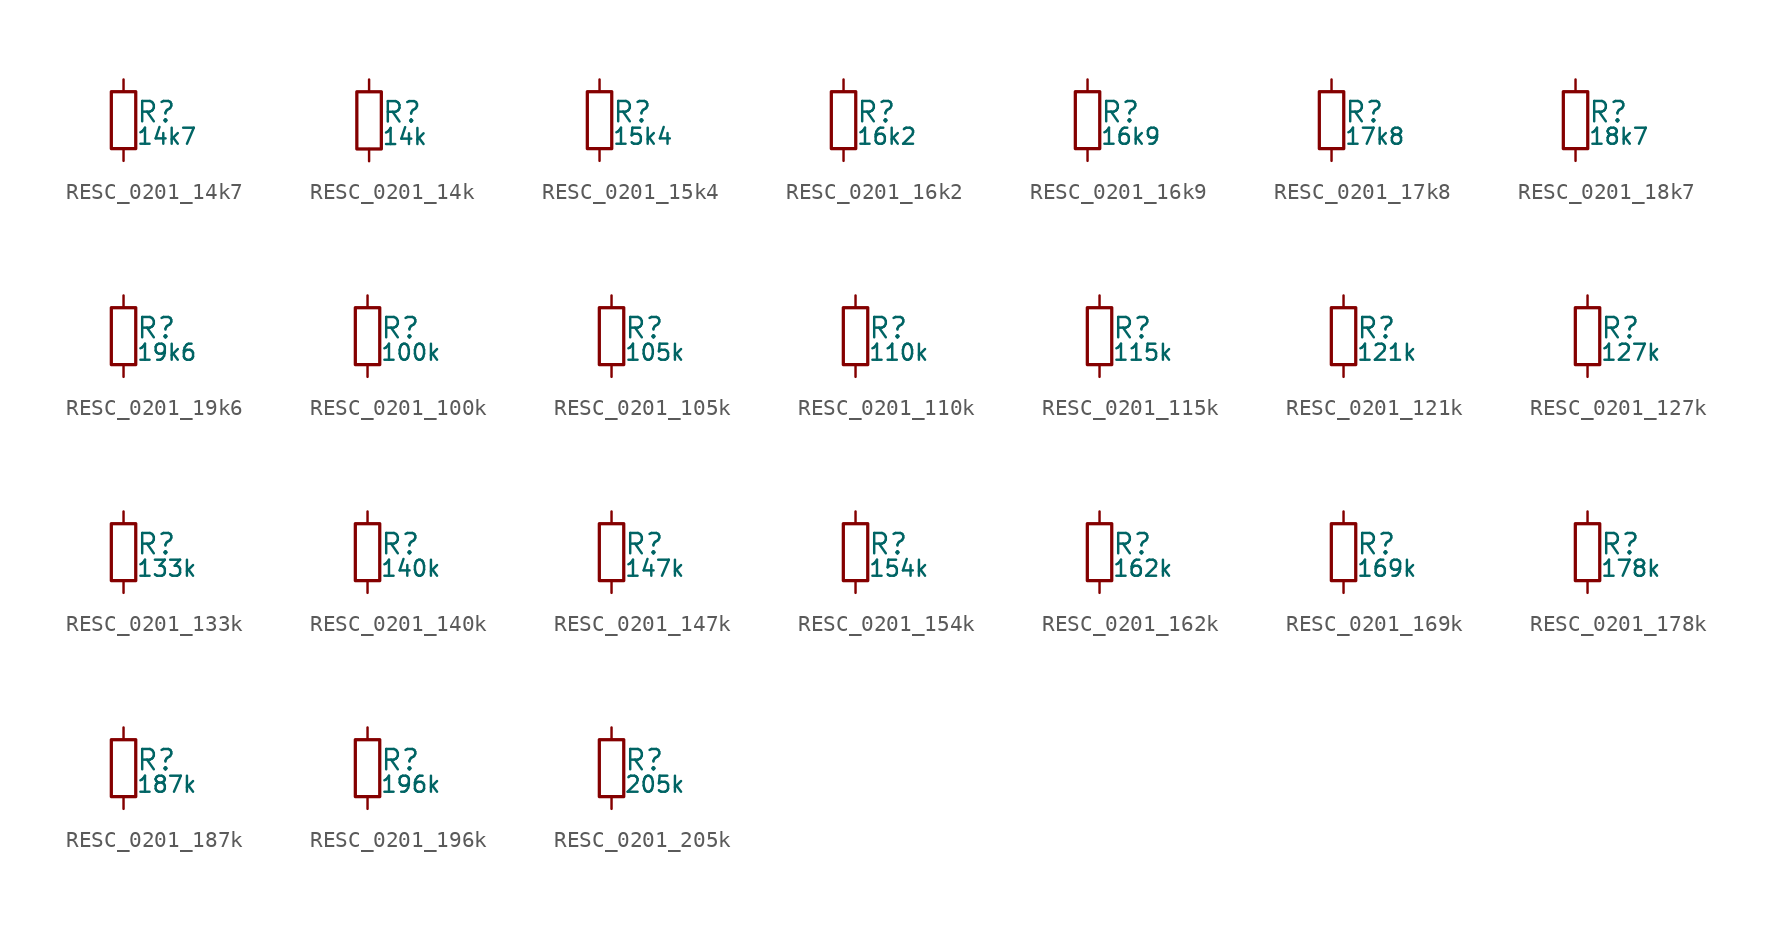
<source format=kicad_sym>
(kicad_symbol_lib
  (version 20211014)
  (generator kicad_LibGenerator)
  (symbol "RESC_0201_14k7"
    (pin_numbers hide)
    (pin_names
      (offset 0.254) hide)
    (property "Reference" "R"
      (at 0.762 0.508 0)
      (effects (font (size 1.27 1.27)) (justify left)))
    (property "Value" "14k7"
      (at 0.762 -1.016 0)
      (effects (font (size 1.00 1.00)) (justify left)))
    (symbol "RESC_0201_14k7_0_1"
      (rectangle (start -0.762 1.778) (end 0.762 -1.778) (stroke (width 0.203) (type default) (color 0 0 0 0)) (fill (type none))))
    (symbol "RESC_0201_14k7_1_1"
      (pin passive line (at 0 2.54 270) (length 0.762) (name "~" (effects (font (size 1.27 1.27)))) (number "1" (effects (font (size 1.27 1.27)))))
      (pin passive line (at 0 -2.54 90) (length 0.762) (name "~" (effects (font (size 1.27 1.27)))) (number "2" (effects (font (size 1.27 1.27)))))))
  (symbol "RESC_0201_14k"
    (pin_numbers hide)
    (pin_names
      (offset 0.254) hide)
    (property "Reference" "R"
      (at 0.762 0.508 0)
      (effects (font (size 1.27 1.27)) (justify left)))
    (property "Value" "14k"
      (at 0.762 -1.016 0)
      (effects (font (size 1.00 1.00)) (justify left)))
    (symbol "RESC_0201_14k_0_1"
      (rectangle (start -0.762 1.778) (end 0.762 -1.778) (stroke (width 0.203) (type default) (color 0 0 0 0)) (fill (type none))))
    (symbol "RESC_0201_14k_1_1"
      (pin passive line (at 0 2.54 270) (length 0.762) (name "~" (effects (font (size 1.27 1.27)))) (number "1" (effects (font (size 1.27 1.27)))))
      (pin passive line (at 0 -2.54 90) (length 0.762) (name "~" (effects (font (size 1.27 1.27)))) (number "2" (effects (font (size 1.27 1.27)))))))
  (symbol "RESC_0201_15k4"
    (pin_numbers hide)
    (pin_names
      (offset 0.254) hide)
    (property "Reference" "R"
      (at 0.762 0.508 0)
      (effects (font (size 1.27 1.27)) (justify left)))
    (property "Value" "15k4"
      (at 0.762 -1.016 0)
      (effects (font (size 1.00 1.00)) (justify left)))
    (symbol "RESC_0201_15k4_0_1"
      (rectangle (start -0.762 1.778) (end 0.762 -1.778) (stroke (width 0.203) (type default) (color 0 0 0 0)) (fill (type none))))
    (symbol "RESC_0201_15k4_1_1"
      (pin passive line (at 0 2.54 270) (length 0.762) (name "~" (effects (font (size 1.27 1.27)))) (number "1" (effects (font (size 1.27 1.27)))))
      (pin passive line (at 0 -2.54 90) (length 0.762) (name "~" (effects (font (size 1.27 1.27)))) (number "2" (effects (font (size 1.27 1.27)))))))
  (symbol "RESC_0201_16k2"
    (pin_numbers hide)
    (pin_names
      (offset 0.254) hide)
    (property "Reference" "R"
      (at 0.762 0.508 0)
      (effects (font (size 1.27 1.27)) (justify left)))
    (property "Value" "16k2"
      (at 0.762 -1.016 0)
      (effects (font (size 1.00 1.00)) (justify left)))
    (symbol "RESC_0201_16k2_0_1"
      (rectangle (start -0.762 1.778) (end 0.762 -1.778) (stroke (width 0.203) (type default) (color 0 0 0 0)) (fill (type none))))
    (symbol "RESC_0201_16k2_1_1"
      (pin passive line (at 0 2.54 270) (length 0.762) (name "~" (effects (font (size 1.27 1.27)))) (number "1" (effects (font (size 1.27 1.27)))))
      (pin passive line (at 0 -2.54 90) (length 0.762) (name "~" (effects (font (size 1.27 1.27)))) (number "2" (effects (font (size 1.27 1.27)))))))
  (symbol "RESC_0201_16k9"
    (pin_numbers hide)
    (pin_names
      (offset 0.254) hide)
    (property "Reference" "R"
      (at 0.762 0.508 0)
      (effects (font (size 1.27 1.27)) (justify left)))
    (property "Value" "16k9"
      (at 0.762 -1.016 0)
      (effects (font (size 1.00 1.00)) (justify left)))
    (symbol "RESC_0201_16k9_0_1"
      (rectangle (start -0.762 1.778) (end 0.762 -1.778) (stroke (width 0.203) (type default) (color 0 0 0 0)) (fill (type none))))
    (symbol "RESC_0201_16k9_1_1"
      (pin passive line (at 0 2.54 270) (length 0.762) (name "~" (effects (font (size 1.27 1.27)))) (number "1" (effects (font (size 1.27 1.27)))))
      (pin passive line (at 0 -2.54 90) (length 0.762) (name "~" (effects (font (size 1.27 1.27)))) (number "2" (effects (font (size 1.27 1.27)))))))
  (symbol "RESC_0201_17k8"
    (pin_numbers hide)
    (pin_names
      (offset 0.254) hide)
    (property "Reference" "R"
      (at 0.762 0.508 0)
      (effects (font (size 1.27 1.27)) (justify left)))
    (property "Value" "17k8"
      (at 0.762 -1.016 0)
      (effects (font (size 1.00 1.00)) (justify left)))
    (symbol "RESC_0201_17k8_0_1"
      (rectangle (start -0.762 1.778) (end 0.762 -1.778) (stroke (width 0.203) (type default) (color 0 0 0 0)) (fill (type none))))
    (symbol "RESC_0201_17k8_1_1"
      (pin passive line (at 0 2.54 270) (length 0.762) (name "~" (effects (font (size 1.27 1.27)))) (number "1" (effects (font (size 1.27 1.27)))))
      (pin passive line (at 0 -2.54 90) (length 0.762) (name "~" (effects (font (size 1.27 1.27)))) (number "2" (effects (font (size 1.27 1.27)))))))
  (symbol "RESC_0201_18k7"
    (pin_numbers hide)
    (pin_names
      (offset 0.254) hide)
    (property "Reference" "R"
      (at 0.762 0.508 0)
      (effects (font (size 1.27 1.27)) (justify left)))
    (property "Value" "18k7"
      (at 0.762 -1.016 0)
      (effects (font (size 1.00 1.00)) (justify left)))
    (symbol "RESC_0201_18k7_0_1"
      (rectangle (start -0.762 1.778) (end 0.762 -1.778) (stroke (width 0.203) (type default) (color 0 0 0 0)) (fill (type none))))
    (symbol "RESC_0201_18k7_1_1"
      (pin passive line (at 0 2.54 270) (length 0.762) (name "~" (effects (font (size 1.27 1.27)))) (number "1" (effects (font (size 1.27 1.27)))))
      (pin passive line (at 0 -2.54 90) (length 0.762) (name "~" (effects (font (size 1.27 1.27)))) (number "2" (effects (font (size 1.27 1.27)))))))
  (symbol "RESC_0201_19k6"
    (pin_numbers hide)
    (pin_names
      (offset 0.254) hide)
    (property "Reference" "R"
      (at 0.762 0.508 0)
      (effects (font (size 1.27 1.27)) (justify left)))
    (property "Value" "19k6"
      (at 0.762 -1.016 0)
      (effects (font (size 1.00 1.00)) (justify left)))
    (symbol "RESC_0201_19k6_0_1"
      (rectangle (start -0.762 1.778) (end 0.762 -1.778) (stroke (width 0.203) (type default) (color 0 0 0 0)) (fill (type none))))
    (symbol "RESC_0201_19k6_1_1"
      (pin passive line (at 0 2.54 270) (length 0.762) (name "~" (effects (font (size 1.27 1.27)))) (number "1" (effects (font (size 1.27 1.27)))))
      (pin passive line (at 0 -2.54 90) (length 0.762) (name "~" (effects (font (size 1.27 1.27)))) (number "2" (effects (font (size 1.27 1.27)))))))
  (symbol "RESC_0201_100k"
    (pin_numbers hide)
    (pin_names
      (offset 0.254) hide)
    (property "Reference" "R"
      (at 0.762 0.508 0)
      (effects (font (size 1.27 1.27)) (justify left)))
    (property "Value" "100k"
      (at 0.762 -1.016 0)
      (effects (font (size 1.00 1.00)) (justify left)))
    (symbol "RESC_0201_100k_0_1"
      (rectangle (start -0.762 1.778) (end 0.762 -1.778) (stroke (width 0.203) (type default) (color 0 0 0 0)) (fill (type none))))
    (symbol "RESC_0201_100k_1_1"
      (pin passive line (at 0 2.54 270) (length 0.762) (name "~" (effects (font (size 1.27 1.27)))) (number "1" (effects (font (size 1.27 1.27)))))
      (pin passive line (at 0 -2.54 90) (length 0.762) (name "~" (effects (font (size 1.27 1.27)))) (number "2" (effects (font (size 1.27 1.27)))))))
  (symbol "RESC_0201_105k"
    (pin_numbers hide)
    (pin_names
      (offset 0.254) hide)
    (property "Reference" "R"
      (at 0.762 0.508 0)
      (effects (font (size 1.27 1.27)) (justify left)))
    (property "Value" "105k"
      (at 0.762 -1.016 0)
      (effects (font (size 1.00 1.00)) (justify left)))
    (symbol "RESC_0201_105k_0_1"
      (rectangle (start -0.762 1.778) (end 0.762 -1.778) (stroke (width 0.203) (type default) (color 0 0 0 0)) (fill (type none))))
    (symbol "RESC_0201_105k_1_1"
      (pin passive line (at 0 2.54 270) (length 0.762) (name "~" (effects (font (size 1.27 1.27)))) (number "1" (effects (font (size 1.27 1.27)))))
      (pin passive line (at 0 -2.54 90) (length 0.762) (name "~" (effects (font (size 1.27 1.27)))) (number "2" (effects (font (size 1.27 1.27)))))))
  (symbol "RESC_0201_110k"
    (pin_numbers hide)
    (pin_names
      (offset 0.254) hide)
    (property "Reference" "R"
      (at 0.762 0.508 0)
      (effects (font (size 1.27 1.27)) (justify left)))
    (property "Value" "110k"
      (at 0.762 -1.016 0)
      (effects (font (size 1.00 1.00)) (justify left)))
    (symbol "RESC_0201_110k_0_1"
      (rectangle (start -0.762 1.778) (end 0.762 -1.778) (stroke (width 0.203) (type default) (color 0 0 0 0)) (fill (type none))))
    (symbol "RESC_0201_110k_1_1"
      (pin passive line (at 0 2.54 270) (length 0.762) (name "~" (effects (font (size 1.27 1.27)))) (number "1" (effects (font (size 1.27 1.27)))))
      (pin passive line (at 0 -2.54 90) (length 0.762) (name "~" (effects (font (size 1.27 1.27)))) (number "2" (effects (font (size 1.27 1.27)))))))
  (symbol "RESC_0201_115k"
    (pin_numbers hide)
    (pin_names
      (offset 0.254) hide)
    (property "Reference" "R"
      (at 0.762 0.508 0)
      (effects (font (size 1.27 1.27)) (justify left)))
    (property "Value" "115k"
      (at 0.762 -1.016 0)
      (effects (font (size 1.00 1.00)) (justify left)))
    (symbol "RESC_0201_115k_0_1"
      (rectangle (start -0.762 1.778) (end 0.762 -1.778) (stroke (width 0.203) (type default) (color 0 0 0 0)) (fill (type none))))
    (symbol "RESC_0201_115k_1_1"
      (pin passive line (at 0 2.54 270) (length 0.762) (name "~" (effects (font (size 1.27 1.27)))) (number "1" (effects (font (size 1.27 1.27)))))
      (pin passive line (at 0 -2.54 90) (length 0.762) (name "~" (effects (font (size 1.27 1.27)))) (number "2" (effects (font (size 1.27 1.27)))))))
  (symbol "RESC_0201_121k"
    (pin_numbers hide)
    (pin_names
      (offset 0.254) hide)
    (property "Reference" "R"
      (at 0.762 0.508 0)
      (effects (font (size 1.27 1.27)) (justify left)))
    (property "Value" "121k"
      (at 0.762 -1.016 0)
      (effects (font (size 1.00 1.00)) (justify left)))
    (symbol "RESC_0201_121k_0_1"
      (rectangle (start -0.762 1.778) (end 0.762 -1.778) (stroke (width 0.203) (type default) (color 0 0 0 0)) (fill (type none))))
    (symbol "RESC_0201_121k_1_1"
      (pin passive line (at 0 2.54 270) (length 0.762) (name "~" (effects (font (size 1.27 1.27)))) (number "1" (effects (font (size 1.27 1.27)))))
      (pin passive line (at 0 -2.54 90) (length 0.762) (name "~" (effects (font (size 1.27 1.27)))) (number "2" (effects (font (size 1.27 1.27)))))))
  (symbol "RESC_0201_127k"
    (pin_numbers hide)
    (pin_names
      (offset 0.254) hide)
    (property "Reference" "R"
      (at 0.762 0.508 0)
      (effects (font (size 1.27 1.27)) (justify left)))
    (property "Value" "127k"
      (at 0.762 -1.016 0)
      (effects (font (size 1.00 1.00)) (justify left)))
    (symbol "RESC_0201_127k_0_1"
      (rectangle (start -0.762 1.778) (end 0.762 -1.778) (stroke (width 0.203) (type default) (color 0 0 0 0)) (fill (type none))))
    (symbol "RESC_0201_127k_1_1"
      (pin passive line (at 0 2.54 270) (length 0.762) (name "~" (effects (font (size 1.27 1.27)))) (number "1" (effects (font (size 1.27 1.27)))))
      (pin passive line (at 0 -2.54 90) (length 0.762) (name "~" (effects (font (size 1.27 1.27)))) (number "2" (effects (font (size 1.27 1.27)))))))
  (symbol "RESC_0201_133k"
    (pin_numbers hide)
    (pin_names
      (offset 0.254) hide)
    (property "Reference" "R"
      (at 0.762 0.508 0)
      (effects (font (size 1.27 1.27)) (justify left)))
    (property "Value" "133k"
      (at 0.762 -1.016 0)
      (effects (font (size 1.00 1.00)) (justify left)))
    (symbol "RESC_0201_133k_0_1"
      (rectangle (start -0.762 1.778) (end 0.762 -1.778) (stroke (width 0.203) (type default) (color 0 0 0 0)) (fill (type none))))
    (symbol "RESC_0201_133k_1_1"
      (pin passive line (at 0 2.54 270) (length 0.762) (name "~" (effects (font (size 1.27 1.27)))) (number "1" (effects (font (size 1.27 1.27)))))
      (pin passive line (at 0 -2.54 90) (length 0.762) (name "~" (effects (font (size 1.27 1.27)))) (number "2" (effects (font (size 1.27 1.27)))))))
  (symbol "RESC_0201_140k"
    (pin_numbers hide)
    (pin_names
      (offset 0.254) hide)
    (property "Reference" "R"
      (at 0.762 0.508 0)
      (effects (font (size 1.27 1.27)) (justify left)))
    (property "Value" "140k"
      (at 0.762 -1.016 0)
      (effects (font (size 1.00 1.00)) (justify left)))
    (symbol "RESC_0201_140k_0_1"
      (rectangle (start -0.762 1.778) (end 0.762 -1.778) (stroke (width 0.203) (type default) (color 0 0 0 0)) (fill (type none))))
    (symbol "RESC_0201_140k_1_1"
      (pin passive line (at 0 2.54 270) (length 0.762) (name "~" (effects (font (size 1.27 1.27)))) (number "1" (effects (font (size 1.27 1.27)))))
      (pin passive line (at 0 -2.54 90) (length 0.762) (name "~" (effects (font (size 1.27 1.27)))) (number "2" (effects (font (size 1.27 1.27)))))))
  (symbol "RESC_0201_147k"
    (pin_numbers hide)
    (pin_names
      (offset 0.254) hide)
    (property "Reference" "R"
      (at 0.762 0.508 0)
      (effects (font (size 1.27 1.27)) (justify left)))
    (property "Value" "147k"
      (at 0.762 -1.016 0)
      (effects (font (size 1.00 1.00)) (justify left)))
    (symbol "RESC_0201_147k_0_1"
      (rectangle (start -0.762 1.778) (end 0.762 -1.778) (stroke (width 0.203) (type default) (color 0 0 0 0)) (fill (type none))))
    (symbol "RESC_0201_147k_1_1"
      (pin passive line (at 0 2.54 270) (length 0.762) (name "~" (effects (font (size 1.27 1.27)))) (number "1" (effects (font (size 1.27 1.27)))))
      (pin passive line (at 0 -2.54 90) (length 0.762) (name "~" (effects (font (size 1.27 1.27)))) (number "2" (effects (font (size 1.27 1.27)))))))
  (symbol "RESC_0201_154k"
    (pin_numbers hide)
    (pin_names
      (offset 0.254) hide)
    (property "Reference" "R"
      (at 0.762 0.508 0)
      (effects (font (size 1.27 1.27)) (justify left)))
    (property "Value" "154k"
      (at 0.762 -1.016 0)
      (effects (font (size 1.00 1.00)) (justify left)))
    (symbol "RESC_0201_154k_0_1"
      (rectangle (start -0.762 1.778) (end 0.762 -1.778) (stroke (width 0.203) (type default) (color 0 0 0 0)) (fill (type none))))
    (symbol "RESC_0201_154k_1_1"
      (pin passive line (at 0 2.54 270) (length 0.762) (name "~" (effects (font (size 1.27 1.27)))) (number "1" (effects (font (size 1.27 1.27)))))
      (pin passive line (at 0 -2.54 90) (length 0.762) (name "~" (effects (font (size 1.27 1.27)))) (number "2" (effects (font (size 1.27 1.27)))))))
  (symbol "RESC_0201_162k"
    (pin_numbers hide)
    (pin_names
      (offset 0.254) hide)
    (property "Reference" "R"
      (at 0.762 0.508 0)
      (effects (font (size 1.27 1.27)) (justify left)))
    (property "Value" "162k"
      (at 0.762 -1.016 0)
      (effects (font (size 1.00 1.00)) (justify left)))
    (symbol "RESC_0201_162k_0_1"
      (rectangle (start -0.762 1.778) (end 0.762 -1.778) (stroke (width 0.203) (type default) (color 0 0 0 0)) (fill (type none))))
    (symbol "RESC_0201_162k_1_1"
      (pin passive line (at 0 2.54 270) (length 0.762) (name "~" (effects (font (size 1.27 1.27)))) (number "1" (effects (font (size 1.27 1.27)))))
      (pin passive line (at 0 -2.54 90) (length 0.762) (name "~" (effects (font (size 1.27 1.27)))) (number "2" (effects (font (size 1.27 1.27)))))))
  (symbol "RESC_0201_169k"
    (pin_numbers hide)
    (pin_names
      (offset 0.254) hide)
    (property "Reference" "R"
      (at 0.762 0.508 0)
      (effects (font (size 1.27 1.27)) (justify left)))
    (property "Value" "169k"
      (at 0.762 -1.016 0)
      (effects (font (size 1.00 1.00)) (justify left)))
    (symbol "RESC_0201_169k_0_1"
      (rectangle (start -0.762 1.778) (end 0.762 -1.778) (stroke (width 0.203) (type default) (color 0 0 0 0)) (fill (type none))))
    (symbol "RESC_0201_169k_1_1"
      (pin passive line (at 0 2.54 270) (length 0.762) (name "~" (effects (font (size 1.27 1.27)))) (number "1" (effects (font (size 1.27 1.27)))))
      (pin passive line (at 0 -2.54 90) (length 0.762) (name "~" (effects (font (size 1.27 1.27)))) (number "2" (effects (font (size 1.27 1.27)))))))
  (symbol "RESC_0201_178k"
    (pin_numbers hide)
    (pin_names
      (offset 0.254) hide)
    (property "Reference" "R"
      (at 0.762 0.508 0)
      (effects (font (size 1.27 1.27)) (justify left)))
    (property "Value" "178k"
      (at 0.762 -1.016 0)
      (effects (font (size 1.00 1.00)) (justify left)))
    (symbol "RESC_0201_178k_0_1"
      (rectangle (start -0.762 1.778) (end 0.762 -1.778) (stroke (width 0.203) (type default) (color 0 0 0 0)) (fill (type none))))
    (symbol "RESC_0201_178k_1_1"
      (pin passive line (at 0 2.54 270) (length 0.762) (name "~" (effects (font (size 1.27 1.27)))) (number "1" (effects (font (size 1.27 1.27)))))
      (pin passive line (at 0 -2.54 90) (length 0.762) (name "~" (effects (font (size 1.27 1.27)))) (number "2" (effects (font (size 1.27 1.27)))))))
  (symbol "RESC_0201_187k"
    (pin_numbers hide)
    (pin_names
      (offset 0.254) hide)
    (property "Reference" "R"
      (at 0.762 0.508 0)
      (effects (font (size 1.27 1.27)) (justify left)))
    (property "Value" "187k"
      (at 0.762 -1.016 0)
      (effects (font (size 1.00 1.00)) (justify left)))
    (symbol "RESC_0201_187k_0_1"
      (rectangle (start -0.762 1.778) (end 0.762 -1.778) (stroke (width 0.203) (type default) (color 0 0 0 0)) (fill (type none))))
    (symbol "RESC_0201_187k_1_1"
      (pin passive line (at 0 2.54 270) (length 0.762) (name "~" (effects (font (size 1.27 1.27)))) (number "1" (effects (font (size 1.27 1.27)))))
      (pin passive line (at 0 -2.54 90) (length 0.762) (name "~" (effects (font (size 1.27 1.27)))) (number "2" (effects (font (size 1.27 1.27)))))))
  (symbol "RESC_0201_196k"
    (pin_numbers hide)
    (pin_names
      (offset 0.254) hide)
    (property "Reference" "R"
      (at 0.762 0.508 0)
      (effects (font (size 1.27 1.27)) (justify left)))
    (property "Value" "196k"
      (at 0.762 -1.016 0)
      (effects (font (size 1.00 1.00)) (justify left)))
    (symbol "RESC_0201_196k_0_1"
      (rectangle (start -0.762 1.778) (end 0.762 -1.778) (stroke (width 0.203) (type default) (color 0 0 0 0)) (fill (type none))))
    (symbol "RESC_0201_196k_1_1"
      (pin passive line (at 0 2.54 270) (length 0.762) (name "~" (effects (font (size 1.27 1.27)))) (number "1" (effects (font (size 1.27 1.27)))))
      (pin passive line (at 0 -2.54 90) (length 0.762) (name "~" (effects (font (size 1.27 1.27)))) (number "2" (effects (font (size 1.27 1.27)))))))
  (symbol "RESC_0201_205k"
    (pin_numbers hide)
    (pin_names
      (offset 0.254) hide)
    (property "Reference" "R"
      (at 0.762 0.508 0)
      (effects (font (size 1.27 1.27)) (justify left)))
    (property "Value" "205k"
      (at 0.762 -1.016 0)
      (effects (font (size 1.00 1.00)) (justify left)))
    (symbol "RESC_0201_205k_0_1"
      (rectangle (start -0.762 1.778) (end 0.762 -1.778) (stroke (width 0.203) (type default) (color 0 0 0 0)) (fill (type none))))
    (symbol "RESC_0201_205k_1_1"
      (pin passive line (at 0 2.54 270) (length 0.762) (name "~" (effects (font (size 1.27 1.27)))) (number "1" (effects (font (size 1.27 1.27)))))
      (pin passive line (at 0 -2.54 90) (length 0.762) (name "~" (effects (font (size 1.27 1.27)))) (number "2" (effects (font (size 1.27 1.27))))))))
</source>
